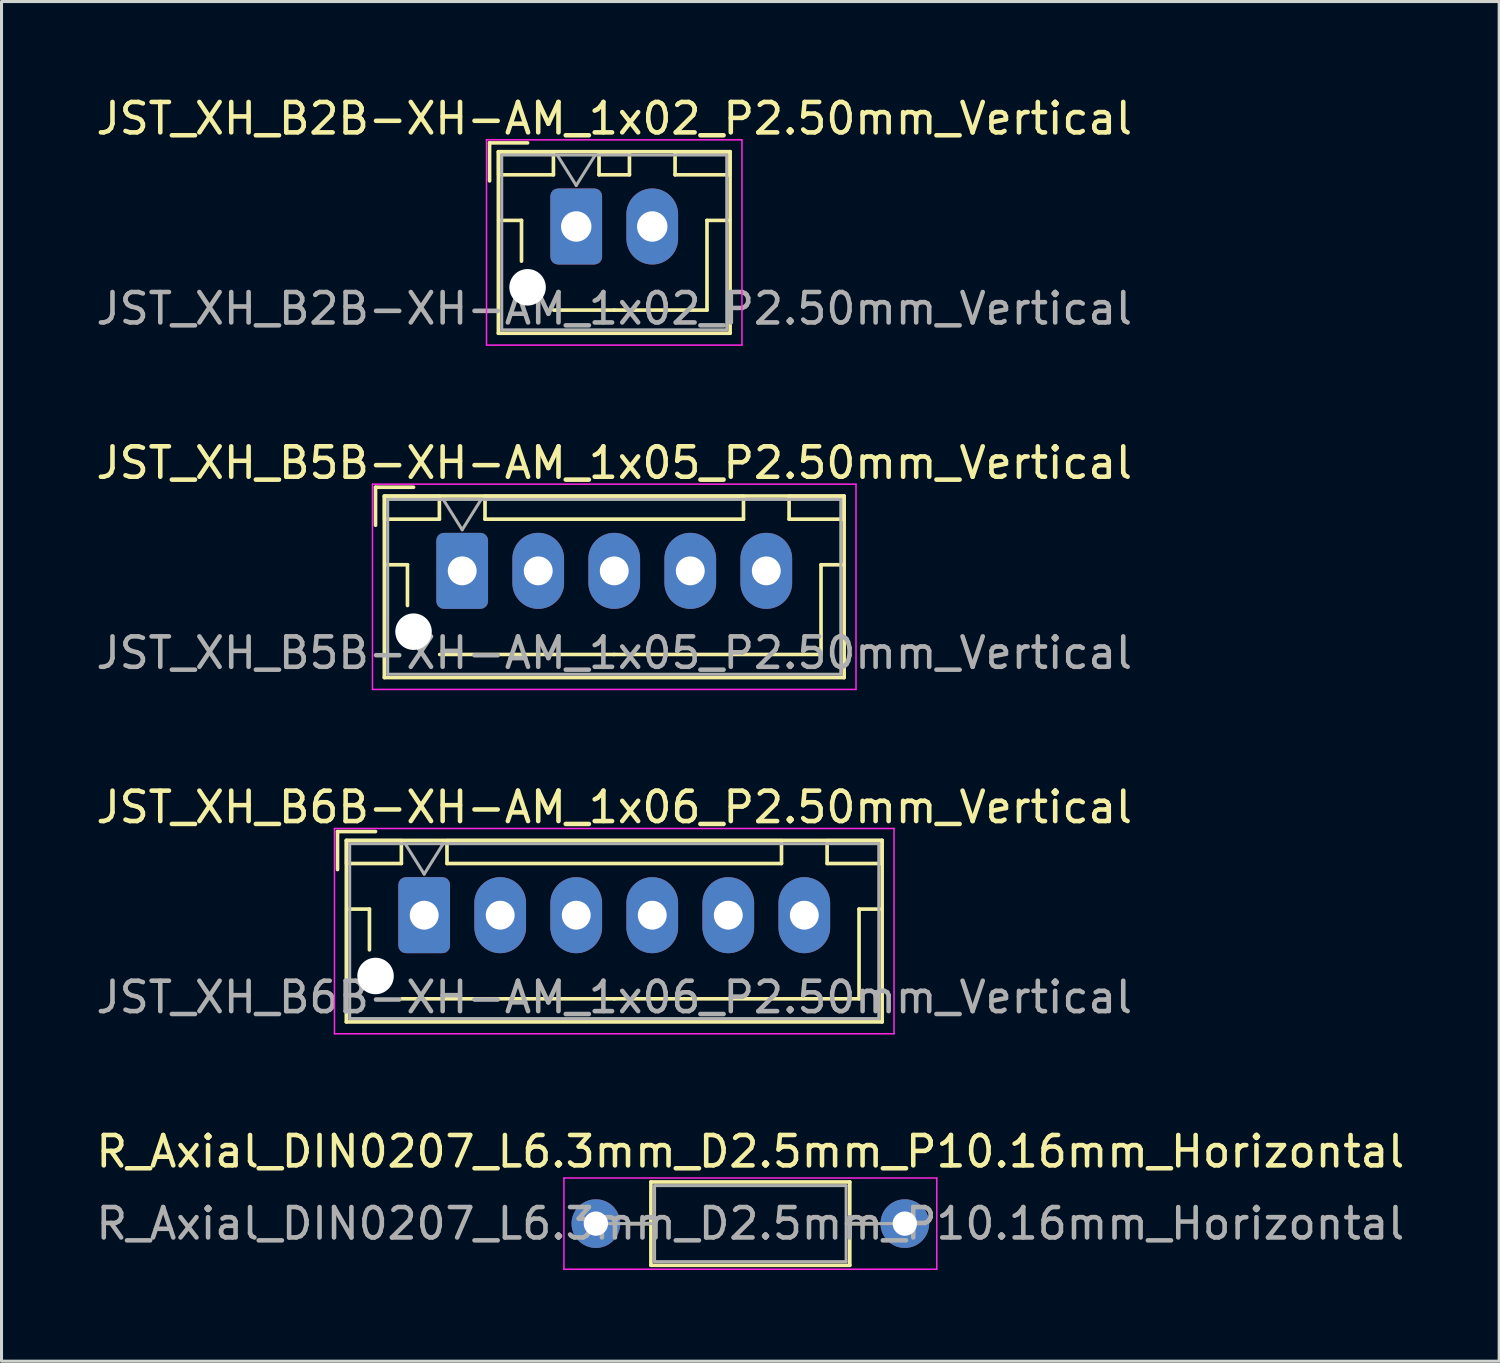
<source format=kicad_pcb>
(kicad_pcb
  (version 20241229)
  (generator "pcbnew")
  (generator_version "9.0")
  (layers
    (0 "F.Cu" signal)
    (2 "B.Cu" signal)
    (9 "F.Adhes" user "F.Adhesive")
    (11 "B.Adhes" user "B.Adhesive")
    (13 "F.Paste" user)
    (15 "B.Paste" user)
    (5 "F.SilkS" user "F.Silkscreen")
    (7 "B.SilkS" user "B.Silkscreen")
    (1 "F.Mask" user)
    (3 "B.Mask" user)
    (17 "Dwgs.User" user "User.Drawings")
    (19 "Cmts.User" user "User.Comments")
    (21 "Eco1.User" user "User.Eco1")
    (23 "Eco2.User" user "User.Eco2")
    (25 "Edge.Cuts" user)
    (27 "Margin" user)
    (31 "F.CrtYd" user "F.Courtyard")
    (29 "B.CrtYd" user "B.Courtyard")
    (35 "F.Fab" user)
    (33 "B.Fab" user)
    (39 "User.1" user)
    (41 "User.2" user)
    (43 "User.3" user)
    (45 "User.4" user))
  (footprint "R_Axial_DIN0207_L6.3mm_D2.5mm_P10.16mm_Horizontal"
    (layer "F.Cu")
    (at 16.545 37.188)
    (property "Reference" "R_Axial_DIN0207_L6.3mm_D2.5mm_P10.16mm_Horizontal" (at 5.08 -2.37 0) (layer "F.SilkS") (effects (font (size 1 1) (thickness 0.15))))
    (attr through_hole)
    (fp_line (start 1.04 0) (end 1.81 0) (stroke (width 0.12) (type solid)) (layer "F.SilkS"))
    (fp_line (start 1.81 -1.37) (end 1.81 1.37) (stroke (width 0.12) (type solid)) (layer "F.SilkS"))
    (fp_line (start 1.81 1.37) (end 8.35 1.37) (stroke (width 0.12) (type solid)) (layer "F.SilkS"))
    (fp_line (start 8.35 -1.37) (end 1.81 -1.37) (stroke (width 0.12) (type solid)) (layer "F.SilkS"))
    (fp_line (start 8.35 1.37) (end 8.35 -1.37) (stroke (width 0.12) (type solid)) (layer "F.SilkS"))
    (fp_line (start 9.12 0) (end 8.35 0) (stroke (width 0.12) (type solid)) (layer "F.SilkS"))
    (fp_line (start -1.05 -1.5) (end -1.05 1.5) (stroke (width 0.05) (type solid)) (layer "F.CrtYd"))
    (fp_line (start -1.05 1.5) (end 11.21 1.5) (stroke (width 0.05) (type solid)) (layer "F.CrtYd"))
    (fp_line (start 11.21 -1.5) (end -1.05 -1.5) (stroke (width 0.05) (type solid)) (layer "F.CrtYd"))
    (fp_line (start 11.21 1.5) (end 11.21 -1.5) (stroke (width 0.05) (type solid)) (layer "F.CrtYd"))
    (fp_line (start 0 0) (end 1.93 0) (stroke (width 0.1) (type solid)) (layer "F.Fab"))
    (fp_line (start 1.93 -1.25) (end 1.93 1.25) (stroke (width 0.1) (type solid)) (layer "F.Fab"))
    (fp_line (start 1.93 1.25) (end 8.23 1.25) (stroke (width 0.1) (type solid)) (layer "F.Fab"))
    (fp_line (start 8.23 -1.25) (end 1.93 -1.25) (stroke (width 0.1) (type solid)) (layer "F.Fab"))
    (fp_line (start 8.23 1.25) (end 8.23 -1.25) (stroke (width 0.1) (type solid)) (layer "F.Fab"))
    (fp_line (start 10.16 0) (end 8.23 0) (stroke (width 0.1) (type solid)) (layer "F.Fab"))
    (fp_text user "${REFERENCE}" (at 5.08 0 0) (layer "F.Fab") (effects (font (size 1 1) (thickness 0.15))))
    (pad "1" thru_hole circle (at 0 0) (size 1.6 1.6) (drill 0.8) (layers "*.Cu" "*.Mask"))
    (pad "2" thru_hole oval (at 10.16 0) (size 1.6 1.6) (drill 0.8) (layers "*.Cu" "*.Mask")))
  (footprint "JST_XH_B2B-XH-AM_1x02_P2.50mm_Vertical"
    (layer "F.Cu")
    (at 15.899 4.398)
    (property "Reference" "JST_XH_B2B-XH-AM_1x02_P2.50mm_Vertical" (at 1.25 -3.55 0) (layer "F.SilkS") (effects (font (size 1 1) (thickness 0.15))))
    (attr through_hole)
    (fp_line (start -2.85 -2.75) (end -2.85 -1.5) (stroke (width 0.12) (type solid)) (layer "F.SilkS"))
    (fp_line (start -2.56 -2.46) (end -2.56 3.51) (stroke (width 0.12) (type solid)) (layer "F.SilkS"))
    (fp_line (start -2.56 3.51) (end 5.06 3.51) (stroke (width 0.12) (type solid)) (layer "F.SilkS"))
    (fp_line (start -2.55 -2.45) (end -2.55 -1.7) (stroke (width 0.12) (type solid)) (layer "F.SilkS"))
    (fp_line (start -2.55 -1.7) (end -0.75 -1.7) (stroke (width 0.12) (type solid)) (layer "F.SilkS"))
    (fp_line (start -2.55 -0.2) (end -1.8 -0.2) (stroke (width 0.12) (type solid)) (layer "F.SilkS"))
    (fp_line (start -1.8 -0.2) (end -1.8 1.14) (stroke (width 0.12) (type solid)) (layer "F.SilkS"))
    (fp_line (start -1.6 -2.75) (end -2.85 -2.75) (stroke (width 0.12) (type solid)) (layer "F.SilkS"))
    (fp_line (start -0.75 -2.45) (end -2.55 -2.45) (stroke (width 0.12) (type solid)) (layer "F.SilkS"))
    (fp_line (start -0.75 -1.7) (end -0.75 -2.45) (stroke (width 0.12) (type solid)) (layer "F.SilkS"))
    (fp_line (start 0.75 -2.45) (end 0.75 -1.7) (stroke (width 0.12) (type solid)) (layer "F.SilkS"))
    (fp_line (start 0.75 -1.7) (end 1.75 -1.7) (stroke (width 0.12) (type solid)) (layer "F.SilkS"))
    (fp_line (start 1.25 2.75) (end -0.74 2.75) (stroke (width 0.12) (type solid)) (layer "F.SilkS"))
    (fp_line (start 1.75 -2.45) (end 0.75 -2.45) (stroke (width 0.12) (type solid)) (layer "F.SilkS"))
    (fp_line (start 1.75 -1.7) (end 1.75 -2.45) (stroke (width 0.12) (type solid)) (layer "F.SilkS"))
    (fp_line (start 3.25 -2.45) (end 3.25 -1.7) (stroke (width 0.12) (type solid)) (layer "F.SilkS"))
    (fp_line (start 3.25 -1.7) (end 5.05 -1.7) (stroke (width 0.12) (type solid)) (layer "F.SilkS"))
    (fp_line (start 4.3 -0.2) (end 4.3 2.75) (stroke (width 0.12) (type solid)) (layer "F.SilkS"))
    (fp_line (start 4.3 2.75) (end 1.25 2.75) (stroke (width 0.12) (type solid)) (layer "F.SilkS"))
    (fp_line (start 5.05 -2.45) (end 3.25 -2.45) (stroke (width 0.12) (type solid)) (layer "F.SilkS"))
    (fp_line (start 5.05 -1.7) (end 5.05 -2.45) (stroke (width 0.12) (type solid)) (layer "F.SilkS"))
    (fp_line (start 5.05 -0.2) (end 4.3 -0.2) (stroke (width 0.12) (type solid)) (layer "F.SilkS"))
    (fp_line (start 5.06 -2.46) (end -2.56 -2.46) (stroke (width 0.12) (type solid)) (layer "F.SilkS"))
    (fp_line (start 5.06 3.51) (end 5.06 -2.46) (stroke (width 0.12) (type solid)) (layer "F.SilkS"))
    (fp_line (start -2.95 -2.85) (end -2.95 3.9) (stroke (width 0.05) (type solid)) (layer "F.CrtYd"))
    (fp_line (start -2.95 3.9) (end 5.45 3.9) (stroke (width 0.05) (type solid)) (layer "F.CrtYd"))
    (fp_line (start 5.45 -2.85) (end -2.95 -2.85) (stroke (width 0.05) (type solid)) (layer "F.CrtYd"))
    (fp_line (start 5.45 3.9) (end 5.45 -2.85) (stroke (width 0.05) (type solid)) (layer "F.CrtYd"))
    (fp_line (start -2.45 -2.35) (end -2.45 3.4) (stroke (width 0.1) (type solid)) (layer "F.Fab"))
    (fp_line (start -2.45 3.4) (end 4.95 3.4) (stroke (width 0.1) (type solid)) (layer "F.Fab"))
    (fp_line (start -0.625 -2.35) (end 0 -1.35) (stroke (width 0.1) (type solid)) (layer "F.Fab"))
    (fp_line (start 0 -1.35) (end 0.625 -2.35) (stroke (width 0.1) (type solid)) (layer "F.Fab"))
    (fp_line (start 4.95 -2.35) (end -2.45 -2.35) (stroke (width 0.1) (type solid)) (layer "F.Fab"))
    (fp_line (start 4.95 3.4) (end 4.95 -2.35) (stroke (width 0.1) (type solid)) (layer "F.Fab"))
    (fp_text user "${REFERENCE}" (at 1.25 2.7 0) (layer "F.Fab") (effects (font (size 1 1) (thickness 0.15))))
    (pad "" np_thru_hole circle (at -1.6 2) (size 1.2 1.2) (drill 1.2) (layers "*.Cu" "*.Mask"))
    (pad "1" thru_hole roundrect (at 0 0) (size 1.7 2.5) (drill 1) (layers "*.Cu" "*.Mask") (roundrect_rratio 0.147))
    (pad "2" thru_hole oval (at 2.5 0) (size 1.7 2.5) (drill 1) (layers "*.Cu" "*.Mask")))
  (footprint "JST_XH_B5B-XH-AM_1x05_P2.50mm_Vertical"
    (layer "F.Cu")
    (at 12.149 15.722)
    (property "Reference" "JST_XH_B5B-XH-AM_1x05_P2.50mm_Vertical" (at 5 -3.55 0) (layer "F.SilkS") (effects (font (size 1 1) (thickness 0.15))))
    (attr through_hole)
    (fp_line (start -2.85 -2.75) (end -2.85 -1.5) (stroke (width 0.12) (type solid)) (layer "F.SilkS"))
    (fp_line (start -2.56 -2.46) (end -2.56 3.51) (stroke (width 0.12) (type solid)) (layer "F.SilkS"))
    (fp_line (start -2.56 3.51) (end 12.56 3.51) (stroke (width 0.12) (type solid)) (layer "F.SilkS"))
    (fp_line (start -2.55 -2.45) (end -2.55 -1.7) (stroke (width 0.12) (type solid)) (layer "F.SilkS"))
    (fp_line (start -2.55 -1.7) (end -0.75 -1.7) (stroke (width 0.12) (type solid)) (layer "F.SilkS"))
    (fp_line (start -2.55 -0.2) (end -1.8 -0.2) (stroke (width 0.12) (type solid)) (layer "F.SilkS"))
    (fp_line (start -1.8 -0.2) (end -1.8 1.14) (stroke (width 0.12) (type solid)) (layer "F.SilkS"))
    (fp_line (start -1.6 -2.75) (end -2.85 -2.75) (stroke (width 0.12) (type solid)) (layer "F.SilkS"))
    (fp_line (start -0.75 -2.45) (end -2.55 -2.45) (stroke (width 0.12) (type solid)) (layer "F.SilkS"))
    (fp_line (start -0.75 -1.7) (end -0.75 -2.45) (stroke (width 0.12) (type solid)) (layer "F.SilkS"))
    (fp_line (start 0.75 -2.45) (end 0.75 -1.7) (stroke (width 0.12) (type solid)) (layer "F.SilkS"))
    (fp_line (start 0.75 -1.7) (end 9.25 -1.7) (stroke (width 0.12) (type solid)) (layer "F.SilkS"))
    (fp_line (start 5 2.75) (end -0.74 2.75) (stroke (width 0.12) (type solid)) (layer "F.SilkS"))
    (fp_line (start 9.25 -2.45) (end 0.75 -2.45) (stroke (width 0.12) (type solid)) (layer "F.SilkS"))
    (fp_line (start 9.25 -1.7) (end 9.25 -2.45) (stroke (width 0.12) (type solid)) (layer "F.SilkS"))
    (fp_line (start 10.75 -2.45) (end 10.75 -1.7) (stroke (width 0.12) (type solid)) (layer "F.SilkS"))
    (fp_line (start 10.75 -1.7) (end 12.55 -1.7) (stroke (width 0.12) (type solid)) (layer "F.SilkS"))
    (fp_line (start 11.8 -0.2) (end 11.8 2.75) (stroke (width 0.12) (type solid)) (layer "F.SilkS"))
    (fp_line (start 11.8 2.75) (end 5 2.75) (stroke (width 0.12) (type solid)) (layer "F.SilkS"))
    (fp_line (start 12.55 -2.45) (end 10.75 -2.45) (stroke (width 0.12) (type solid)) (layer "F.SilkS"))
    (fp_line (start 12.55 -1.7) (end 12.55 -2.45) (stroke (width 0.12) (type solid)) (layer "F.SilkS"))
    (fp_line (start 12.55 -0.2) (end 11.8 -0.2) (stroke (width 0.12) (type solid)) (layer "F.SilkS"))
    (fp_line (start 12.56 -2.46) (end -2.56 -2.46) (stroke (width 0.12) (type solid)) (layer "F.SilkS"))
    (fp_line (start 12.56 3.51) (end 12.56 -2.46) (stroke (width 0.12) (type solid)) (layer "F.SilkS"))
    (fp_line (start -2.95 -2.85) (end -2.95 3.9) (stroke (width 0.05) (type solid)) (layer "F.CrtYd"))
    (fp_line (start -2.95 3.9) (end 12.95 3.9) (stroke (width 0.05) (type solid)) (layer "F.CrtYd"))
    (fp_line (start 12.95 -2.85) (end -2.95 -2.85) (stroke (width 0.05) (type solid)) (layer "F.CrtYd"))
    (fp_line (start 12.95 3.9) (end 12.95 -2.85) (stroke (width 0.05) (type solid)) (layer "F.CrtYd"))
    (fp_line (start -2.45 -2.35) (end -2.45 3.4) (stroke (width 0.1) (type solid)) (layer "F.Fab"))
    (fp_line (start -2.45 3.4) (end 12.45 3.4) (stroke (width 0.1) (type solid)) (layer "F.Fab"))
    (fp_line (start -0.625 -2.35) (end 0 -1.35) (stroke (width 0.1) (type solid)) (layer "F.Fab"))
    (fp_line (start 0 -1.35) (end 0.625 -2.35) (stroke (width 0.1) (type solid)) (layer "F.Fab"))
    (fp_line (start 12.45 -2.35) (end -2.45 -2.35) (stroke (width 0.1) (type solid)) (layer "F.Fab"))
    (fp_line (start 12.45 3.4) (end 12.45 -2.35) (stroke (width 0.1) (type solid)) (layer "F.Fab"))
    (fp_text user "${REFERENCE}" (at 5 2.7 0) (layer "F.Fab") (effects (font (size 1 1) (thickness 0.15))))
    (pad "" np_thru_hole circle (at -1.6 2) (size 1.2 1.2) (drill 1.2) (layers "*.Cu" "*.Mask"))
    (pad "1" thru_hole roundrect (at 0 0) (size 1.7 2.5) (drill 0.95) (layers "*.Cu" "*.Mask") (roundrect_rratio 0.147))
    (pad "2" thru_hole oval (at 2.5 0) (size 1.7 2.5) (drill 0.95) (layers "*.Cu" "*.Mask"))
    (pad "3" thru_hole oval (at 5 0) (size 1.7 2.5) (drill 0.95) (layers "*.Cu" "*.Mask"))
    (pad "4" thru_hole oval (at 7.5 0) (size 1.7 2.5) (drill 0.95) (layers "*.Cu" "*.Mask"))
    (pad "5" thru_hole oval (at 10 0) (size 1.7 2.5) (drill 0.95) (layers "*.Cu" "*.Mask")))
  (footprint "JST_XH_B6B-XH-AM_1x06_P2.50mm_Vertical"
    (layer "F.Cu")
    (at 10.899 27.045)
    (property "Reference" "JST_XH_B6B-XH-AM_1x06_P2.50mm_Vertical" (at 6.25 -3.55 0) (layer "F.SilkS") (effects (font (size 1 1) (thickness 0.15))))
    (attr through_hole)
    (fp_line (start -2.85 -2.75) (end -2.85 -1.5) (stroke (width 0.12) (type solid)) (layer "F.SilkS"))
    (fp_line (start -2.56 -2.46) (end -2.56 3.51) (stroke (width 0.12) (type solid)) (layer "F.SilkS"))
    (fp_line (start -2.56 3.51) (end 15.06 3.51) (stroke (width 0.12) (type solid)) (layer "F.SilkS"))
    (fp_line (start -2.55 -2.45) (end -2.55 -1.7) (stroke (width 0.12) (type solid)) (layer "F.SilkS"))
    (fp_line (start -2.55 -1.7) (end -0.75 -1.7) (stroke (width 0.12) (type solid)) (layer "F.SilkS"))
    (fp_line (start -2.55 -0.2) (end -1.8 -0.2) (stroke (width 0.12) (type solid)) (layer "F.SilkS"))
    (fp_line (start -1.8 -0.2) (end -1.8 1.14) (stroke (width 0.12) (type solid)) (layer "F.SilkS"))
    (fp_line (start -1.6 -2.75) (end -2.85 -2.75) (stroke (width 0.12) (type solid)) (layer "F.SilkS"))
    (fp_line (start -0.75 -2.45) (end -2.55 -2.45) (stroke (width 0.12) (type solid)) (layer "F.SilkS"))
    (fp_line (start -0.75 -1.7) (end -0.75 -2.45) (stroke (width 0.12) (type solid)) (layer "F.SilkS"))
    (fp_line (start 0.75 -2.45) (end 0.75 -1.7) (stroke (width 0.12) (type solid)) (layer "F.SilkS"))
    (fp_line (start 0.75 -1.7) (end 11.75 -1.7) (stroke (width 0.12) (type solid)) (layer "F.SilkS"))
    (fp_line (start 6.25 2.75) (end -0.74 2.75) (stroke (width 0.12) (type solid)) (layer "F.SilkS"))
    (fp_line (start 11.75 -2.45) (end 0.75 -2.45) (stroke (width 0.12) (type solid)) (layer "F.SilkS"))
    (fp_line (start 11.75 -1.7) (end 11.75 -2.45) (stroke (width 0.12) (type solid)) (layer "F.SilkS"))
    (fp_line (start 13.25 -2.45) (end 13.25 -1.7) (stroke (width 0.12) (type solid)) (layer "F.SilkS"))
    (fp_line (start 13.25 -1.7) (end 15.05 -1.7) (stroke (width 0.12) (type solid)) (layer "F.SilkS"))
    (fp_line (start 14.3 -0.2) (end 14.3 2.75) (stroke (width 0.12) (type solid)) (layer "F.SilkS"))
    (fp_line (start 14.3 2.75) (end 6.25 2.75) (stroke (width 0.12) (type solid)) (layer "F.SilkS"))
    (fp_line (start 15.05 -2.45) (end 13.25 -2.45) (stroke (width 0.12) (type solid)) (layer "F.SilkS"))
    (fp_line (start 15.05 -1.7) (end 15.05 -2.45) (stroke (width 0.12) (type solid)) (layer "F.SilkS"))
    (fp_line (start 15.05 -0.2) (end 14.3 -0.2) (stroke (width 0.12) (type solid)) (layer "F.SilkS"))
    (fp_line (start 15.06 -2.46) (end -2.56 -2.46) (stroke (width 0.12) (type solid)) (layer "F.SilkS"))
    (fp_line (start 15.06 3.51) (end 15.06 -2.46) (stroke (width 0.12) (type solid)) (layer "F.SilkS"))
    (fp_line (start -2.95 -2.85) (end -2.95 3.9) (stroke (width 0.05) (type solid)) (layer "F.CrtYd"))
    (fp_line (start -2.95 3.9) (end 15.45 3.9) (stroke (width 0.05) (type solid)) (layer "F.CrtYd"))
    (fp_line (start 15.45 -2.85) (end -2.95 -2.85) (stroke (width 0.05) (type solid)) (layer "F.CrtYd"))
    (fp_line (start 15.45 3.9) (end 15.45 -2.85) (stroke (width 0.05) (type solid)) (layer "F.CrtYd"))
    (fp_line (start -2.45 -2.35) (end -2.45 3.4) (stroke (width 0.1) (type solid)) (layer "F.Fab"))
    (fp_line (start -2.45 3.4) (end 14.95 3.4) (stroke (width 0.1) (type solid)) (layer "F.Fab"))
    (fp_line (start -0.625 -2.35) (end 0 -1.35) (stroke (width 0.1) (type solid)) (layer "F.Fab"))
    (fp_line (start 0 -1.35) (end 0.625 -2.35) (stroke (width 0.1) (type solid)) (layer "F.Fab"))
    (fp_line (start 14.95 -2.35) (end -2.45 -2.35) (stroke (width 0.1) (type solid)) (layer "F.Fab"))
    (fp_line (start 14.95 3.4) (end 14.95 -2.35) (stroke (width 0.1) (type solid)) (layer "F.Fab"))
    (fp_text user "${REFERENCE}" (at 6.25 2.7 0) (layer "F.Fab") (effects (font (size 1 1) (thickness 0.15))))
    (pad "" np_thru_hole circle (at -1.6 2) (size 1.2 1.2) (drill 1.2) (layers "*.Cu" "*.Mask"))
    (pad "1" thru_hole roundrect (at 0 0) (size 1.7 2.5) (drill 0.95) (layers "*.Cu" "*.Mask") (roundrect_rratio 0.147))
    (pad "2" thru_hole oval (at 2.5 0) (size 1.7 2.5) (drill 0.95) (layers "*.Cu" "*.Mask"))
    (pad "3" thru_hole oval (at 5 0) (size 1.7 2.5) (drill 0.95) (layers "*.Cu" "*.Mask"))
    (pad "4" thru_hole oval (at 7.5 0) (size 1.7 2.5) (drill 0.95) (layers "*.Cu" "*.Mask"))
    (pad "5" thru_hole oval (at 10 0) (size 1.7 2.5) (drill 0.95) (layers "*.Cu" "*.Mask"))
    (pad "6" thru_hole oval (at 12.5 0) (size 1.7 2.5) (drill 0.95) (layers "*.Cu" "*.Mask")))
  (gr_rect
    (start -3 -3)
    (end 46.25 41.713)
    (stroke (width 0.1) (type default))
    (fill no)
    (layer "Edge.Cuts")))
</source>
